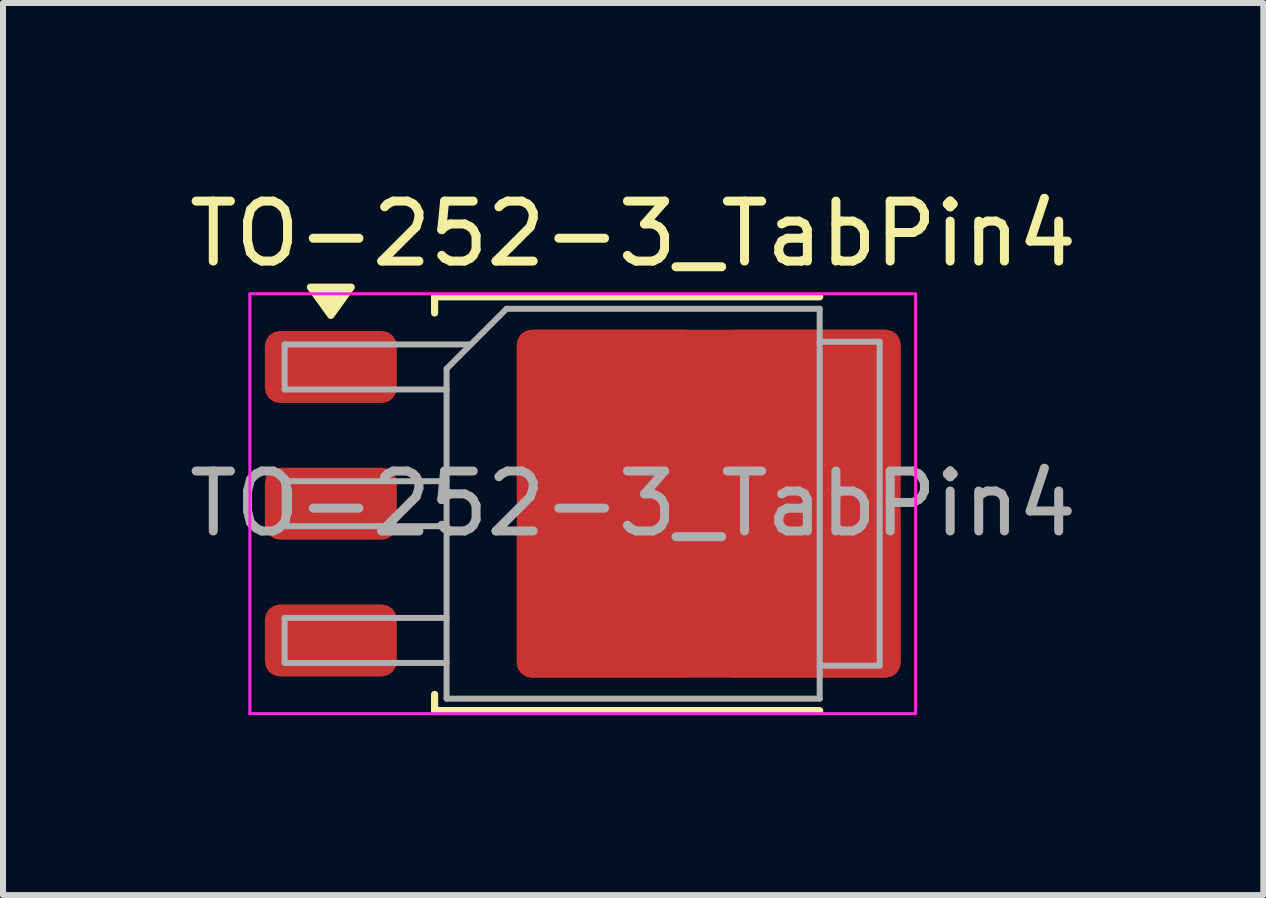
<source format=kicad_pcb>
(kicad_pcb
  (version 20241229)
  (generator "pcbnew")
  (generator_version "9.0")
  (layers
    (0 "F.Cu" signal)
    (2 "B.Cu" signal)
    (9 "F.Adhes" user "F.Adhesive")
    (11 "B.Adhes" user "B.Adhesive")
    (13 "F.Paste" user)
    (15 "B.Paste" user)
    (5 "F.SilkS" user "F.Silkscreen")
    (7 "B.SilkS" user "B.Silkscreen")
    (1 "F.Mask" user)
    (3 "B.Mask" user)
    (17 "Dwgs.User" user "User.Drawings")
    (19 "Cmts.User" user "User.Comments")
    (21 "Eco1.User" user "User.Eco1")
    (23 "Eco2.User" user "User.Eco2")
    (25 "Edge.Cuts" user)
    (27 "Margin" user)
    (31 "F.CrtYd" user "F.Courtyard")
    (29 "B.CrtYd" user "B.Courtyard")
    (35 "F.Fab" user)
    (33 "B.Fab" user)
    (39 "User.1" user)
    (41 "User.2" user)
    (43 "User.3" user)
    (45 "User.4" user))
  (footprint "TO-252-3_TabPin4"
    (layer "F.Cu")
    (at 7.506 5.348)
    (property "Reference" "TO-252-3_TabPin4" (at 0 -4.5 180) (layer "F.SilkS") (effects (font (size 1 1) (thickness 0.15))))
    (attr smd)
    (fp_line (start -3.31 -3.45) (end -3.31 -3.18) (stroke (width 0.12) (type solid)) (layer "F.SilkS"))
    (fp_line (start -3.31 3.45) (end -3.31 3.18) (stroke (width 0.12) (type solid)) (layer "F.SilkS"))
    (fp_line (start 3.11 -3.45) (end -3.31 -3.45) (stroke (width 0.12) (type solid)) (layer "F.SilkS"))
    (fp_line (start 3.11 3.45) (end -3.31 3.45) (stroke (width 0.12) (type solid)) (layer "F.SilkS"))
    (fp_poly (pts (xy -5.04 -3.14) (xy -5.38 -3.61) (xy -4.7 -3.61) (xy -5.04 -3.14)) (stroke (width 0.12) (type solid)) (fill yes) (layer "F.SilkS"))
    (fp_line (start -6.39 -3.5) (end -6.39 3.5) (stroke (width 0.05) (type solid)) (layer "F.CrtYd"))
    (fp_line (start -6.39 3.5) (end 4.71 3.5) (stroke (width 0.05) (type solid)) (layer "F.CrtYd"))
    (fp_line (start 4.71 -3.5) (end -6.39 -3.5) (stroke (width 0.05) (type solid)) (layer "F.CrtYd"))
    (fp_line (start 4.71 3.5) (end 4.71 -3.5) (stroke (width 0.05) (type solid)) (layer "F.CrtYd"))
    (fp_line (start -5.81 -2.655) (end -5.81 -1.905) (stroke (width 0.1) (type solid)) (layer "F.Fab"))
    (fp_line (start -5.81 -1.905) (end -3.11 -1.905) (stroke (width 0.1) (type solid)) (layer "F.Fab"))
    (fp_line (start -5.81 -0.375) (end -5.81 0.375) (stroke (width 0.1) (type solid)) (layer "F.Fab"))
    (fp_line (start -5.81 0.375) (end -3.11 0.375) (stroke (width 0.1) (type solid)) (layer "F.Fab"))
    (fp_line (start -5.81 1.905) (end -5.81 2.655) (stroke (width 0.1) (type solid)) (layer "F.Fab"))
    (fp_line (start -5.81 2.655) (end -3.11 2.655) (stroke (width 0.1) (type solid)) (layer "F.Fab"))
    (fp_line (start -3.11 -2.25) (end -2.11 -3.25) (stroke (width 0.1) (type solid)) (layer "F.Fab"))
    (fp_line (start -3.11 -0.375) (end -5.81 -0.375) (stroke (width 0.1) (type solid)) (layer "F.Fab"))
    (fp_line (start -3.11 1.905) (end -5.81 1.905) (stroke (width 0.1) (type solid)) (layer "F.Fab"))
    (fp_line (start -3.11 3.25) (end -3.11 -2.25) (stroke (width 0.1) (type solid)) (layer "F.Fab"))
    (fp_line (start -2.705 -2.655) (end -5.81 -2.655) (stroke (width 0.1) (type solid)) (layer "F.Fab"))
    (fp_line (start -2.11 -3.25) (end 3.11 -3.25) (stroke (width 0.1) (type solid)) (layer "F.Fab"))
    (fp_line (start 3.11 -3.25) (end 3.11 3.25) (stroke (width 0.1) (type solid)) (layer "F.Fab"))
    (fp_line (start 3.11 -2.7) (end 4.11 -2.7) (stroke (width 0.1) (type solid)) (layer "F.Fab"))
    (fp_line (start 3.11 3.25) (end -3.11 3.25) (stroke (width 0.1) (type solid)) (layer "F.Fab"))
    (fp_line (start 4.11 -2.7) (end 4.11 2.7) (stroke (width 0.1) (type solid)) (layer "F.Fab"))
    (fp_line (start 4.11 2.7) (end 3.11 2.7) (stroke (width 0.1) (type solid)) (layer "F.Fab"))
    (fp_text user "${REFERENCE}" (at 0 0 180) (layer "F.Fab") (effects (font (size 1 1) (thickness 0.15))))
    (pad "1" smd roundrect (at -5.04 0) (size 2.2 1.2) (layers "F.Cu" "F.Mask" "F.Paste") (roundrect_rratio 0.208))
    (pad "1" smd roundrect (at -0.415 -1.525) (size 3.05 2.75) (layers "F.Cu" "F.Paste") (roundrect_rratio 0.091))
    (pad "1" smd roundrect (at -0.415 1.525) (size 3.05 2.75) (layers "F.Cu" "F.Paste") (roundrect_rratio 0.091))
    (pad "1" smd roundrect (at 1.26 0) (size 6.4 5.8) (layers "F.Cu" "F.Mask") (roundrect_rratio 0.043))
    (pad "1" smd roundrect (at 2.935 -1.525) (size 3.05 2.75) (layers "F.Cu" "F.Paste") (roundrect_rratio 0.091))
    (pad "1" smd roundrect (at 2.935 1.525) (size 3.05 2.75) (layers "F.Cu" "F.Paste") (roundrect_rratio 0.091))
    (pad "2" smd roundrect (at -5.04 -2.28) (size 2.2 1.2) (layers "F.Cu" "F.Mask" "F.Paste") (roundrect_rratio 0.208))
    (pad "3" smd roundrect (at -5.04 2.28) (size 2.2 1.2) (layers "F.Cu" "F.Mask" "F.Paste") (roundrect_rratio 0.208)))
  (gr_rect
    (start -3 -3)
    (end 18.012 11.873)
    (stroke (width 0.1) (type default))
    (fill no)
    (layer "Edge.Cuts")))
</source>
